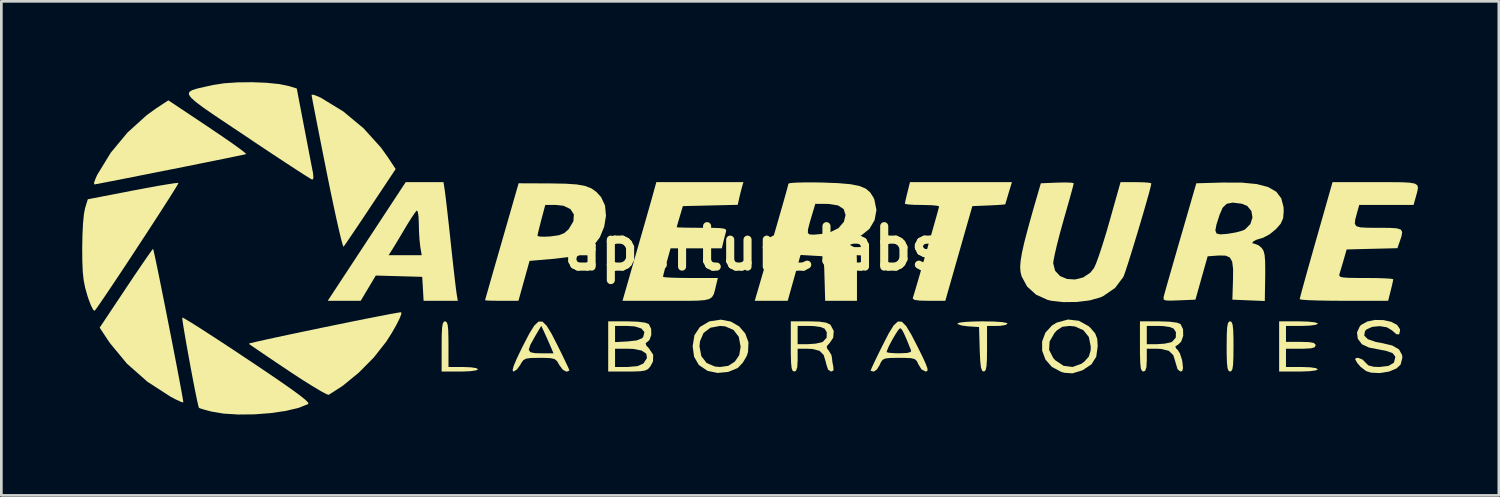
<source format=kicad_pcb>
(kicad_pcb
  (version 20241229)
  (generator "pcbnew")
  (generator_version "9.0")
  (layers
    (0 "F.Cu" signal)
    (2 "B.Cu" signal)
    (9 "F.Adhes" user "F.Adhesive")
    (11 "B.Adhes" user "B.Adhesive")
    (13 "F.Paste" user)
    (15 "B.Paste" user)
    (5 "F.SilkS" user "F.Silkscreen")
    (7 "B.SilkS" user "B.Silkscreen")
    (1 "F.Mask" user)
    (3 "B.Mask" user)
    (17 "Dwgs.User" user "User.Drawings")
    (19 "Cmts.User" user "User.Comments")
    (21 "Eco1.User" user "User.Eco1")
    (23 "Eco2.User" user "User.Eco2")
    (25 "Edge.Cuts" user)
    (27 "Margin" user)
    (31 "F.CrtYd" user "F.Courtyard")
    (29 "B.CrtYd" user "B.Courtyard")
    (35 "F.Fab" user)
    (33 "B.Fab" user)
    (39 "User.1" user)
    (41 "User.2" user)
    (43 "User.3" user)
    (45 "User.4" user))
  (footprint "aperturelabs"
    (layer "F.Cu")
    (at 24.934 6.163)
    (property "Reference" "aperturelabs" (at 0 0 0) (layer "F.SilkS") (effects (font (size 1.5 1.5) (thickness 0.3))))
    (attr board_only exclude_from_pos_files exclude_from_bom)
    (fp_poly (pts (xy 17.71 2.736) (xy 17.747 2.834) (xy 17.769 3.029) (xy 17.779 3.35) (xy 17.78 3.641) (xy 17.776 4.058) (xy 17.763 4.332) (xy 17.736 4.491) (xy 17.693 4.561) (xy 17.653 4.572) (xy 17.596 4.545) (xy 17.559 4.448) (xy 17.537 4.252) (xy 17.527 3.932) (xy 17.526 3.641) (xy 17.53 3.224) (xy 17.543 2.949) (xy 17.57 2.79) (xy 17.613 2.72) (xy 17.653 2.709)) (stroke (width 0) (type solid)) (fill yes) (layer "F.SilkS"))
    (fp_poly (pts (xy -11.413 2.737) (xy -11.375 2.84) (xy -11.354 3.045) (xy -11.346 3.38) (xy -11.345 3.556) (xy -11.345 4.403) (xy -10.795 4.403) (xy -10.507 4.415) (xy -10.311 4.446) (xy -10.245 4.487) (xy -10.324 4.529) (xy -10.54 4.559) (xy -10.861 4.572) (xy -10.922 4.572) (xy -11.599 4.572) (xy -11.599 3.641) (xy -11.596 3.224) (xy -11.582 2.949) (xy -11.556 2.79) (xy -11.512 2.72) (xy -11.472 2.709)) (stroke (width 0) (type solid)) (fill yes) (layer "F.SilkS"))
    (fp_poly (pts (xy 8.887 2.717) (xy 9.194 2.737) (xy 9.368 2.77) (xy 9.398 2.794) (xy 9.322 2.844) (xy 9.131 2.875) (xy 9.017 2.879) (xy 8.636 2.879) (xy 8.636 3.725) (xy 8.632 4.122) (xy 8.616 4.377) (xy 8.584 4.517) (xy 8.533 4.569) (xy 8.512 4.572) (xy 8.452 4.538) (xy 8.411 4.42) (xy 8.384 4.19) (xy 8.366 3.821) (xy 8.364 3.746) (xy 8.34 2.921) (xy 7.938 2.895) (xy 7.703 2.865) (xy 7.558 2.817) (xy 7.535 2.789) (xy 7.615 2.756) (xy 7.833 2.73) (xy 8.158 2.714) (xy 8.467 2.709)) (stroke (width 0) (type solid)) (fill yes) (layer "F.SilkS"))
    (fp_poly (pts (xy -20.26 -4.505) (xy -19.825 -4.211) (xy -19.447 -3.951) (xy -19.146 -3.737) (xy -18.941 -3.583) (xy -18.852 -3.503) (xy -18.852 -3.495) (xy -18.955 -3.472) (xy -19.2 -3.421) (xy -19.561 -3.346) (xy -20.016 -3.254) (xy -20.541 -3.148) (xy -21.112 -3.033) (xy -21.705 -2.915) (xy -22.297 -2.797) (xy -22.864 -2.685) (xy -23.382 -2.582) (xy -23.827 -2.495) (xy -24.175 -2.428) (xy -24.404 -2.385) (xy -24.488 -2.371) (xy -24.494 -2.437) (xy -24.432 -2.607) (xy -24.374 -2.731) (xy -23.875 -3.547) (xy -23.252 -4.297) (xy -22.541 -4.94) (xy -22.194 -5.19) (xy -21.739 -5.49)) (stroke (width 0) (type solid)) (fill yes) (layer "F.SilkS"))
    (fp_poly (pts (xy -16.189 -5.636) (xy -16.066 -5.578) (xy -15.248 -5.078) (xy -14.497 -4.454) (xy -13.854 -3.743) (xy -13.606 -3.397) (xy -13.305 -2.941) (xy -14.241 -1.534) (xy -14.53 -1.1) (xy -14.789 -0.714) (xy -15.003 -0.398) (xy -15.156 -0.174) (xy -15.233 -0.065) (xy -15.238 -0.06) (xy -15.268 -0.123) (xy -15.326 -0.335) (xy -15.408 -0.675) (xy -15.51 -1.127) (xy -15.627 -1.67) (xy -15.756 -2.288) (xy -15.862 -2.811) (xy -15.995 -3.48) (xy -16.117 -4.096) (xy -16.224 -4.64) (xy -16.312 -5.091) (xy -16.378 -5.43) (xy -16.416 -5.638) (xy -16.425 -5.696) (xy -16.359 -5.699)) (stroke (width 0) (type solid)) (fill yes) (layer "F.SilkS"))
    (fp_poly (pts (xy -22.28 0.109) (xy -22.229 0.34) (xy -22.156 0.689) (xy -22.065 1.134) (xy -21.961 1.651) (xy -21.848 2.217) (xy -21.731 2.809) (xy -21.614 3.403) (xy -21.503 3.976) (xy -21.401 4.505) (xy -21.314 4.967) (xy -21.245 5.337) (xy -21.2 5.594) (xy -21.183 5.713) (xy -21.184 5.718) (xy -21.267 5.697) (xy -21.454 5.611) (xy -21.655 5.506) (xy -22.517 4.948) (xy -23.275 4.278) (xy -23.904 3.518) (xy -23.986 3.398) (xy -24.286 2.943) (xy -23.305 1.471) (xy -23.013 1.034) (xy -22.753 0.651) (xy -22.54 0.341) (xy -22.388 0.126) (xy -22.311 0.025) (xy -22.304 0.021)) (stroke (width 0) (type solid)) (fill yes) (layer "F.SilkS"))
    (fp_poly (pts (xy -18.096 -6.142) (xy -17.625 -6.094) (xy -17.271 -6.021) (xy -16.974 -5.93) (xy -16.694 -4.468) (xy -16.599 -3.974) (xy -16.513 -3.525) (xy -16.441 -3.15) (xy -16.389 -2.885) (xy -16.367 -2.773) (xy -16.356 -2.608) (xy -16.394 -2.546) (xy -16.48 -2.593) (xy -16.689 -2.723) (xy -17.004 -2.926) (xy -17.409 -3.191) (xy -17.888 -3.506) (xy -18.422 -3.861) (xy -18.826 -4.132) (xy -19.489 -4.575) (xy -20.021 -4.931) (xy -20.429 -5.212) (xy -20.719 -5.429) (xy -20.9 -5.592) (xy -20.978 -5.712) (xy -20.96 -5.801) (xy -20.853 -5.869) (xy -20.665 -5.928) (xy -20.403 -5.988) (xy -20.079 -6.06) (xy -19.673 -6.123) (xy -19.172 -6.157) (xy -18.629 -6.163)) (stroke (width 0) (type solid)) (fill yes) (layer "F.SilkS"))
    (fp_poly (pts (xy -21.362 -2.425) (xy -21.4 -2.351) (xy -21.519 -2.156) (xy -21.705 -1.86) (xy -21.946 -1.484) (xy -22.229 -1.046) (xy -22.54 -0.568) (xy -22.867 -0.069) (xy -23.195 0.431) (xy -23.513 0.911) (xy -23.807 1.352) (xy -24.064 1.734) (xy -24.27 2.037) (xy -24.413 2.241) (xy -24.473 2.318) (xy -24.528 2.28) (xy -24.613 2.112) (xy -24.712 1.848) (xy -24.738 1.768) (xy -24.823 1.469) (xy -24.88 1.184) (xy -24.914 0.866) (xy -24.93 0.467) (xy -24.934 -0.000001) (xy -24.925 -0.492) (xy -24.903 -0.932) (xy -24.869 -1.279) (xy -24.83 -1.482) (xy -24.726 -1.82) (xy -23.063 -2.142) (xy -22.555 -2.238) (xy -22.106 -2.319) (xy -21.741 -2.38) (xy -21.487 -2.418) (xy -21.367 -2.427)) (stroke (width 0) (type solid)) (fill yes) (layer "F.SilkS"))
    (fp_poly (pts (xy -21.145 2.603) (xy -20.944 2.723) (xy -20.635 2.916) (xy -20.236 3.173) (xy -19.762 3.481) (xy -19.23 3.831) (xy -18.801 4.117) (xy -18.119 4.574) (xy -17.572 4.947) (xy -17.15 5.242) (xy -16.845 5.466) (xy -16.648 5.625) (xy -16.551 5.726) (xy -16.544 5.775) (xy -16.547 5.776) (xy -16.902 5.919) (xy -17.382 6.032) (xy -17.944 6.114) (xy -18.547 6.16) (xy -19.146 6.166) (xy -19.7 6.131) (xy -20.132 6.058) (xy -20.384 5.992) (xy -20.557 5.939) (xy -20.604 5.917) (xy -20.632 5.82) (xy -20.683 5.589) (xy -20.751 5.255) (xy -20.83 4.849) (xy -20.914 4.402) (xy -20.998 3.944) (xy -21.076 3.507) (xy -21.143 3.119) (xy -21.193 2.814) (xy -21.22 2.62) (xy -21.221 2.567)) (stroke (width 0) (type solid)) (fill yes) (layer "F.SilkS"))
    (fp_poly (pts (xy 20.543 2.719) (xy 20.792 2.744) (xy 20.908 2.783) (xy 20.913 2.794) (xy 20.834 2.837) (xy 20.624 2.867) (xy 20.321 2.879) (xy 20.32 2.879) (xy 19.727 2.879) (xy 19.727 3.175) (xy 19.727 3.471) (xy 20.278 3.471) (xy 20.586 3.48) (xy 20.758 3.51) (xy 20.824 3.57) (xy 20.828 3.598) (xy 20.791 3.67) (xy 20.66 3.709) (xy 20.403 3.724) (xy 20.278 3.725) (xy 19.727 3.725) (xy 19.727 4.064) (xy 19.727 4.403) (xy 20.32 4.403) (xy 20.624 4.414) (xy 20.834 4.444) (xy 20.913 4.487) (xy 20.913 4.487) (xy 20.833 4.529) (xy 20.614 4.558) (xy 20.286 4.571) (xy 20.193 4.572) (xy 19.473 4.572) (xy 19.473 3.641) (xy 19.473 2.709) (xy 20.193 2.709)) (stroke (width 0) (type solid)) (fill yes) (layer "F.SilkS"))
    (fp_poly (pts (xy -13.094 2.436) (xy -13.162 2.61) (xy -13.288 2.859) (xy -13.454 3.149) (xy -13.644 3.447) (xy -13.66 3.471) (xy -14.119 4.054) (xy -14.673 4.613) (xy -15.27 5.102) (xy -15.79 5.436) (xy -15.883 5.405) (xy -16.093 5.291) (xy -16.398 5.109) (xy -16.776 4.872) (xy -17.203 4.593) (xy -17.294 4.532) (xy -17.727 4.242) (xy -18.111 3.983) (xy -18.424 3.77) (xy -18.645 3.619) (xy -18.75 3.544) (xy -18.756 3.54) (xy -18.684 3.516) (xy -18.469 3.465) (xy -18.135 3.39) (xy -17.703 3.296) (xy -17.197 3.188) (xy -16.64 3.071) (xy -16.055 2.949) (xy -15.465 2.828) (xy -14.893 2.711) (xy -14.362 2.605) (xy -13.894 2.513) (xy -13.514 2.44) (xy -13.244 2.391) (xy -13.107 2.371) (xy -13.1 2.371)) (stroke (width 0) (type solid)) (fill yes) (layer "F.SilkS"))
    (fp_poly (pts (xy 9.437 -2.053) (xy 9.367 -1.819) (xy 9.322 -1.665) (xy 9.314 -1.634) (xy 9.236 -1.622) (xy 9.031 -1.607) (xy 8.741 -1.593) (xy 8.702 -1.591) (xy 8.091 -1.566) (xy 7.589 0.19) (xy 7.088 1.947) (xy 6.468 1.947) (xy 6.131 1.939) (xy 5.943 1.912) (xy 5.88 1.862) (xy 5.883 1.841) (xy 5.929 1.693) (xy 6.009 1.424) (xy 6.114 1.064) (xy 6.236 0.643) (xy 6.367 0.189) (xy 6.498 -0.267) (xy 6.62 -0.696) (xy 6.725 -1.067) (xy 6.805 -1.353) (xy 6.85 -1.523) (xy 6.858 -1.556) (xy 6.78 -1.581) (xy 6.575 -1.6) (xy 6.282 -1.608) (xy 6.223 -1.609) (xy 5.919 -1.614) (xy 5.695 -1.63) (xy 5.591 -1.651) (xy 5.588 -1.656) (xy 5.607 -1.759) (xy 5.655 -1.967) (xy 5.683 -2.079) (xy 5.777 -2.455) (xy 7.668 -2.455) (xy 9.559 -2.455)) (stroke (width 0) (type solid)) (fill yes) (layer "F.SilkS"))
    (fp_poly (pts (xy -0.872 2.716) (xy -0.561 2.896) (xy -0.334 3.16) (xy -0.215 3.485) (xy -0.231 3.847) (xy -0.281 3.998) (xy -0.423 4.24) (xy -0.601 4.429) (xy -0.625 4.446) (xy -0.968 4.586) (xy -1.362 4.623) (xy -1.724 4.549) (xy -1.746 4.539) (xy -2.057 4.327) (xy -2.233 4.022) (xy -2.285 3.641) (xy -2.032 3.641) (xy -1.964 4.001) (xy -1.768 4.254) (xy -1.459 4.386) (xy -1.27 4.403) (xy -0.964 4.36) (xy -0.732 4.211) (xy -0.716 4.195) (xy -0.558 3.965) (xy -0.508 3.668) (xy -0.508 3.641) (xy -0.576 3.28) (xy -0.772 3.027) (xy -1.081 2.895) (xy -1.27 2.879) (xy -1.63 2.947) (xy -1.883 3.142) (xy -2.015 3.452) (xy -2.032 3.641) (xy -2.285 3.641) (xy -2.286 3.633) (xy -2.22 3.225) (xy -2.021 2.922) (xy -1.688 2.722) (xy -1.644 2.707) (xy -1.241 2.646)) (stroke (width 0) (type solid)) (fill yes) (layer "F.SilkS"))
    (fp_poly (pts (xy 12.045 2.689) (xy 12.407 2.891) (xy 12.48 2.959) (xy 12.648 3.157) (xy 12.725 3.359) (xy 12.742 3.633) (xy 12.688 4.02) (xy 12.511 4.304) (xy 12.192 4.515) (xy 12.131 4.541) (xy 11.806 4.638) (xy 11.506 4.618) (xy 11.388 4.585) (xy 11.038 4.397) (xy 10.801 4.123) (xy 10.681 3.797) (xy 10.681 3.769) (xy 10.939 3.769) (xy 11.091 4.068) (xy 11.169 4.155) (xy 11.476 4.359) (xy 11.808 4.402) (xy 12.136 4.284) (xy 12.249 4.2) (xy 12.412 4.017) (xy 12.478 3.797) (xy 12.484 3.641) (xy 12.413 3.29) (xy 12.21 3.037) (xy 11.896 2.899) (xy 11.687 2.879) (xy 11.428 2.912) (xy 11.231 3.041) (xy 11.141 3.139) (xy 10.956 3.458) (xy 10.939 3.769) (xy 10.681 3.769) (xy 10.68 3.454) (xy 10.801 3.13) (xy 11.048 2.86) (xy 11.226 2.754) (xy 11.641 2.641)) (stroke (width 0) (type solid)) (fill yes) (layer "F.SilkS"))
    (fp_poly (pts (xy -11.481 -2.138) (xy -11.457 -1.954) (xy -11.419 -1.634) (xy -11.371 -1.212) (xy -11.316 -0.721) (xy -11.261 -0.212) (xy -11.205 0.311) (xy -11.151 0.794) (xy -11.104 1.203) (xy -11.067 1.507) (xy -11.045 1.672) (xy -10.999 1.947) (xy -11.633 1.947) (xy -12.268 1.947) (xy -12.293 1.503) (xy -12.319 1.058) (xy -13.18 1.034) (xy -14.042 1.01) (xy -14.322 1.479) (xy -14.602 1.947) (xy -15.214 1.947) (xy -15.825 1.947) (xy -14.713 0.254) (xy -13.566 0.254) (xy -12.953 0.254) (xy -12.339 0.254) (xy -12.392 -0.064) (xy -12.421 -0.326) (xy -12.44 -0.669) (xy -12.445 -0.915) (xy -12.456 -1.182) (xy -12.484 -1.358) (xy -12.52 -1.404) (xy -12.595 -1.314) (xy -12.729 -1.114) (xy -12.898 -0.843) (xy -12.958 -0.742) (xy -13.142 -0.432) (xy -13.308 -0.156) (xy -13.425 0.034) (xy -13.444 0.063) (xy -13.566 0.254) (xy -14.713 0.254) (xy -14.379 -0.254) (xy -12.932 -2.455) (xy -12.231 -2.455) (xy -11.53 -2.455)) (stroke (width 0) (type solid)) (fill yes) (layer "F.SilkS"))
    (fp_poly (pts (xy -7.705 2.869) (xy -7.52 3.171) (xy -7.301 3.599) (xy -7.127 3.951) (xy -6.986 4.245) (xy -6.891 4.448) (xy -6.858 4.531) (xy -6.927 4.568) (xy -6.983 4.572) (xy -7.103 4.503) (xy -7.229 4.336) (xy -7.239 4.318) (xy -7.317 4.184) (xy -7.41 4.108) (xy -7.562 4.074) (xy -7.82 4.064) (xy -7.959 4.064) (xy -8.27 4.068) (xy -8.458 4.091) (xy -8.568 4.149) (xy -8.647 4.258) (xy -8.678 4.318) (xy -8.802 4.491) (xy -8.926 4.571) (xy -8.935 4.572) (xy -8.967 4.523) (xy -8.928 4.367) (xy -8.812 4.093) (xy -8.651 3.757) (xy -8.366 3.757) (xy -8.312 3.853) (xy -8.134 3.89) (xy -7.915 3.895) (xy -7.448 3.895) (xy -7.566 3.619) (xy -7.684 3.351) (xy -7.793 3.109) (xy -7.903 2.875) (xy -8.141 3.279) (xy -8.305 3.575) (xy -8.366 3.757) (xy -8.651 3.757) (xy -8.616 3.686) (xy -8.594 3.641) (xy -8.355 3.18) (xy -8.167 2.873) (xy -8.008 2.719) (xy -7.861 2.718)) (stroke (width 0) (type solid)) (fill yes) (layer "F.SilkS"))
    (fp_poly (pts (xy -4.323 2.722) (xy -4.045 2.758) (xy -3.912 2.811) (xy -3.826 2.988) (xy -3.82 3.211) (xy -3.888 3.4) (xy -3.948 3.456) (xy -4.032 3.524) (xy -4.002 3.61) (xy -3.906 3.714) (xy -3.749 3.951) (xy -3.758 4.198) (xy -3.857 4.384) (xy -3.939 4.477) (xy -4.051 4.533) (xy -4.233 4.561) (xy -4.527 4.571) (xy -4.704 4.572) (xy -5.419 4.572) (xy -5.419 4.064) (xy -5.165 4.064) (xy -5.165 4.403) (xy -4.705 4.403) (xy -4.336 4.371) (xy -4.12 4.277) (xy -4.112 4.27) (xy -3.981 4.071) (xy -4.006 3.909) (xy -4.18 3.793) (xy -4.491 3.732) (xy -4.674 3.725) (xy -5.165 3.725) (xy -5.165 4.064) (xy -5.419 4.064) (xy -5.419 3.641) (xy -5.419 3.179) (xy -5.165 3.179) (xy -5.165 3.48) (xy -4.687 3.454) (xy -4.353 3.415) (xy -4.163 3.336) (xy -4.12 3.288) (xy -4.076 3.109) (xy -4.185 2.976) (xy -4.435 2.897) (xy -4.709 2.879) (xy -5.165 2.879) (xy -5.165 3.179) (xy -5.419 3.179) (xy -5.419 2.709) (xy -4.716 2.709)) (stroke (width 0) (type solid)) (fill yes) (layer "F.SilkS"))
    (fp_poly (pts (xy 2.412 2.72) (xy 2.662 2.757) (xy 2.809 2.824) (xy 2.83 2.842) (xy 2.949 3.067) (xy 2.928 3.319) (xy 2.798 3.51) (xy 2.688 3.634) (xy 2.707 3.73) (xy 2.755 3.783) (xy 2.86 3.953) (xy 2.88 4.049) (xy 2.903 4.246) (xy 2.932 4.381) (xy 2.94 4.531) (xy 2.847 4.572) (xy 2.737 4.5) (xy 2.664 4.275) (xy 2.657 4.23) (xy 2.576 3.959) (xy 2.42 3.802) (xy 2.154 3.734) (xy 1.953 3.725) (xy 1.609 3.725) (xy 1.609 4.149) (xy 1.595 4.415) (xy 1.548 4.545) (xy 1.482 4.572) (xy 1.425 4.545) (xy 1.387 4.448) (xy 1.366 4.252) (xy 1.356 3.932) (xy 1.355 3.641) (xy 1.355 3.217) (xy 1.609 3.217) (xy 1.609 3.556) (xy 1.995 3.556) (xy 2.269 3.537) (xy 2.493 3.49) (xy 2.546 3.468) (xy 2.685 3.314) (xy 2.69 3.113) (xy 2.608 2.98) (xy 2.47 2.922) (xy 2.228 2.886) (xy 2.057 2.879) (xy 1.609 2.879) (xy 1.609 3.217) (xy 1.355 3.217) (xy 1.355 2.709) (xy 2.026 2.709)) (stroke (width 0) (type solid)) (fill yes) (layer "F.SilkS"))
    (fp_poly (pts (xy 15.404 2.722) (xy 15.682 2.758) (xy 15.816 2.811) (xy 15.908 3) (xy 15.914 3.242) (xy 15.841 3.459) (xy 15.741 3.56) (xy 15.623 3.641) (xy 15.649 3.715) (xy 15.696 3.753) (xy 15.79 3.895) (xy 15.867 4.129) (xy 15.883 4.212) (xy 15.907 4.443) (xy 15.879 4.55) (xy 15.812 4.572) (xy 15.706 4.49) (xy 15.634 4.253) (xy 15.631 4.236) (xy 15.546 3.963) (xy 15.379 3.803) (xy 15.099 3.733) (xy 14.907 3.725) (xy 14.563 3.725) (xy 14.563 4.149) (xy 14.549 4.415) (xy 14.502 4.545) (xy 14.436 4.572) (xy 14.379 4.545) (xy 14.341 4.448) (xy 14.32 4.252) (xy 14.31 3.932) (xy 14.309 3.641) (xy 14.309 3.217) (xy 14.563 3.217) (xy 14.563 3.556) (xy 14.949 3.556) (xy 15.223 3.537) (xy 15.447 3.49) (xy 15.5 3.468) (xy 15.639 3.314) (xy 15.644 3.113) (xy 15.562 2.98) (xy 15.424 2.922) (xy 15.182 2.886) (xy 15.011 2.879) (xy 14.563 2.879) (xy 14.563 3.217) (xy 14.309 3.217) (xy 14.309 2.709) (xy 15.011 2.709)) (stroke (width 0) (type solid)) (fill yes) (layer "F.SilkS"))
    (fp_poly (pts (xy -7.568 -2.408) (xy -7.008 -2.398) (xy -6.586 -2.37) (xy -6.273 -2.313) (xy -6.038 -2.221) (xy -5.851 -2.085) (xy -5.681 -1.897) (xy -5.68 -1.895) (xy -5.536 -1.586) (xy -5.502 -1.203) (xy -5.57 -0.795) (xy -5.73 -0.407) (xy -5.973 -0.086) (xy -6.057 -0.013) (xy -6.291 0.139) (xy -6.573 0.25) (xy -6.94 0.33) (xy -7.43 0.389) (xy -7.578 0.402) (xy -8.337 0.466) (xy -8.543 1.206) (xy -8.749 1.947) (xy -9.37 1.947) (xy -9.669 1.945) (xy -9.889 1.938) (xy -9.986 1.928) (xy -9.988 1.926) (xy -9.965 1.843) (xy -9.901 1.618) (xy -9.803 1.273) (xy -9.676 0.83) (xy -9.526 0.309) (xy -9.364 -0.254) (xy -9.304 -0.462) (xy -8.043 -0.462) (xy -7.967 -0.436) (xy -7.77 -0.431) (xy -7.563 -0.442) (xy -7.254 -0.484) (xy -7.051 -0.563) (xy -6.893 -0.703) (xy -6.886 -0.711) (xy -6.711 -1.001) (xy -6.693 -1.257) (xy -6.822 -1.457) (xy -7.085 -1.58) (xy -7.354 -1.609) (xy -7.754 -1.609) (xy -7.899 -1.066) (xy -7.972 -0.78) (xy -8.025 -0.563) (xy -8.043 -0.462) (xy -9.304 -0.462) (xy -8.743 -2.413)) (stroke (width 0) (type solid)) (fill yes) (layer "F.SilkS"))
    (fp_poly (pts (xy 5.475 2.723) (xy 5.635 2.884) (xy 5.825 3.198) (xy 6.054 3.641) (xy 6.247 4.032) (xy 6.368 4.298) (xy 6.425 4.461) (xy 6.426 4.544) (xy 6.377 4.571) (xy 6.361 4.572) (xy 6.207 4.494) (xy 6.096 4.318) (xy 6.034 4.187) (xy 5.955 4.111) (xy 5.817 4.075) (xy 5.576 4.065) (xy 5.376 4.064) (xy 5.058 4.067) (xy 4.866 4.087) (xy 4.759 4.138) (xy 4.692 4.236) (xy 4.657 4.318) (xy 4.552 4.493) (xy 4.44 4.572) (xy 4.435 4.572) (xy 4.329 4.548) (xy 4.318 4.531) (xy 4.354 4.443) (xy 4.45 4.236) (xy 4.593 3.939) (xy 4.637 3.85) (xy 4.911 3.85) (xy 4.987 3.874) (xy 5.185 3.89) (xy 5.385 3.895) (xy 5.668 3.883) (xy 5.804 3.846) (xy 5.818 3.789) (xy 5.663 3.406) (xy 5.554 3.158) (xy 5.479 3.02) (xy 5.426 2.967) (xy 5.411 2.963) (xy 5.343 3.031) (xy 5.232 3.2) (xy 5.105 3.419) (xy 4.991 3.637) (xy 4.921 3.803) (xy 4.911 3.85) (xy 4.637 3.85) (xy 4.761 3.599) (xy 4.99 3.153) (xy 5.173 2.858) (xy 5.328 2.715)) (stroke (width 0) (type solid)) (fill yes) (layer "F.SilkS"))
    (fp_poly (pts (xy 23.344 2.663) (xy 23.63 2.726) (xy 23.849 2.841) (xy 23.956 3.001) (xy 23.961 3.044) (xy 23.926 3.192) (xy 23.821 3.187) (xy 23.661 3.044) (xy 23.466 2.929) (xy 23.199 2.887) (xy 22.926 2.914) (xy 22.714 3.01) (xy 22.657 3.074) (xy 22.631 3.239) (xy 22.768 3.373) (xy 23.063 3.474) (xy 23.266 3.511) (xy 23.669 3.605) (xy 23.921 3.751) (xy 24.035 3.959) (xy 24.045 4.064) (xy 23.978 4.315) (xy 23.832 4.454) (xy 23.55 4.573) (xy 23.208 4.628) (xy 22.883 4.613) (xy 22.7 4.554) (xy 22.492 4.395) (xy 22.372 4.254) (xy 22.294 4.117) (xy 22.324 4.069) (xy 22.406 4.064) (xy 22.574 4.13) (xy 22.671 4.233) (xy 22.784 4.343) (xy 22.974 4.394) (xy 23.189 4.403) (xy 23.534 4.362) (xy 23.732 4.242) (xy 23.782 4.044) (xy 23.776 4.007) (xy 23.68 3.887) (xy 23.434 3.802) (xy 23.367 3.789) (xy 23.09 3.737) (xy 22.856 3.691) (xy 22.802 3.68) (xy 22.544 3.559) (xy 22.392 3.356) (xy 22.362 3.118) (xy 22.47 2.888) (xy 22.515 2.842) (xy 22.743 2.715) (xy 23.033 2.657)) (stroke (width 0) (type solid)) (fill yes) (layer "F.SilkS"))
    (fp_poly (pts (xy -0.458 -2.265) (xy -0.519 -2.03) (xy -0.562 -1.844) (xy -0.613 -1.614) (xy -1.631 -1.59) (xy -2.649 -1.566) (xy -2.762 -1.185) (xy -2.83 -0.957) (xy -2.871 -0.81) (xy -2.877 -0.783) (xy -2.799 -0.775) (xy -2.585 -0.768) (xy -2.27 -0.763) (xy -1.942 -0.762) (xy -1.533 -0.76) (xy -1.266 -0.75) (xy -1.114 -0.728) (xy -1.049 -0.69) (xy -1.044 -0.631) (xy -1.049 -0.614) (xy -1.102 -0.419) (xy -1.148 -0.233) (xy -1.204 -0.000001) (xy -2.154 -0.000001) (xy -3.105 -0.000001) (xy -3.246 0.507) (xy -3.32 0.779) (xy -3.371 0.979) (xy -3.387 1.057) (xy -3.307 1.074) (xy -3.092 1.088) (xy -2.772 1.097) (xy -2.381 1.101) (xy -2.369 1.101) (xy -1.351 1.101) (xy -1.408 1.333) (xy -1.456 1.542) (xy -1.5 1.697) (xy -1.565 1.807) (xy -1.673 1.88) (xy -1.847 1.922) (xy -2.112 1.942) (xy -2.49 1.948) (xy -3.005 1.948) (xy -3.246 1.947) (xy -4.888 1.947) (xy -4.348 0.063) (xy -4.188 -0.494) (xy -4.039 -1.014) (xy -3.909 -1.47) (xy -3.806 -1.832) (xy -3.739 -2.073) (xy -3.721 -2.138) (xy -3.634 -2.455) (xy -2.019 -2.455) (xy -0.404 -2.455)) (stroke (width 0) (type solid)) (fill yes) (layer "F.SilkS"))
    (fp_poly (pts (xy 24.033 -2.451) (xy 24.324 -2.435) (xy 24.506 -2.401) (xy 24.599 -2.34) (xy 24.624 -2.247) (xy 24.601 -2.114) (xy 24.551 -1.933) (xy 24.549 -1.926) (xy 24.461 -1.609) (xy 23.453 -1.609) (xy 22.445 -1.609) (xy 22.356 -1.291) (xy 22.295 -1.061) (xy 22.281 -0.91) (xy 22.339 -0.821) (xy 22.494 -0.777) (xy 22.769 -0.763) (xy 23.156 -0.762) (xy 23.572 -0.759) (xy 23.841 -0.742) (xy 23.989 -0.695) (xy 24.039 -0.604) (xy 24.015 -0.454) (xy 23.953 -0.269) (xy 23.861 -0.005) (xy 22.92 0.018) (xy 21.978 0.042) (xy 21.871 0.414) (xy 21.794 0.678) (xy 21.729 0.893) (xy 21.713 0.943) (xy 21.703 1.009) (xy 21.739 1.054) (xy 21.849 1.081) (xy 22.058 1.095) (xy 22.394 1.1) (xy 22.685 1.101) (xy 23.078 1.104) (xy 23.402 1.114) (xy 23.622 1.129) (xy 23.707 1.147) (xy 23.707 1.148) (xy 23.688 1.251) (xy 23.64 1.459) (xy 23.612 1.571) (xy 23.517 1.947) (xy 21.876 1.947) (xy 21.37 1.944) (xy 20.927 1.936) (xy 20.574 1.924) (xy 20.335 1.908) (xy 20.236 1.89) (xy 20.235 1.887) (xy 20.258 1.793) (xy 20.32 1.558) (xy 20.418 1.204) (xy 20.543 0.754) (xy 20.691 0.229) (xy 20.845 -0.314) (xy 21.454 -2.455) (xy 23.046 -2.455) (xy 23.614 -2.455)) (stroke (width 0) (type solid)) (fill yes) (layer "F.SilkS"))
    (fp_poly (pts (xy 14.447 -2.449) (xy 14.652 -2.433) (xy 14.732 -2.41) (xy 14.732 -2.41) (xy 14.708 -2.291) (xy 14.643 -2.041) (xy 14.544 -1.691) (xy 14.423 -1.271) (xy 14.287 -0.811) (xy 14.146 -0.342) (xy 14.009 0.106) (xy 13.885 0.502) (xy 13.783 0.815) (xy 13.712 1.016) (xy 13.691 1.065) (xy 13.387 1.469) (xy 12.951 1.77) (xy 12.831 1.824) (xy 12.447 1.932) (xy 11.971 1.99) (xy 11.472 1.996) (xy 11.02 1.946) (xy 10.883 1.913) (xy 10.454 1.719) (xy 10.123 1.418) (xy 9.918 1.039) (xy 9.877 0.871) (xy 9.865 0.692) (xy 9.882 0.463) (xy 9.932 0.164) (xy 10.02 -0.227) (xy 10.151 -0.729) (xy 10.327 -1.361) (xy 10.435 -1.736) (xy 10.632 -2.413) (xy 11.243 -2.438) (xy 11.539 -2.444) (xy 11.757 -2.436) (xy 11.852 -2.416) (xy 11.853 -2.413) (xy 11.831 -2.318) (xy 11.77 -2.09) (xy 11.677 -1.755) (xy 11.56 -1.343) (xy 11.472 -1.035) (xy 11.342 -0.566) (xy 11.231 -0.136) (xy 11.148 0.222) (xy 11.1 0.472) (xy 11.091 0.556) (xy 11.161 0.833) (xy 11.343 1.028) (xy 11.603 1.137) (xy 11.901 1.156) (xy 12.201 1.081) (xy 12.466 0.906) (xy 12.603 0.735) (xy 12.68 0.567) (xy 12.789 0.267) (xy 12.92 -0.131) (xy 13.063 -0.595) (xy 13.178 -0.995) (xy 13.589 -2.455) (xy 14.161 -2.455)) (stroke (width 0) (type solid)) (fill yes) (layer "F.SilkS"))
    (fp_poly (pts (xy 2.31 -2.445) (xy 2.519 -2.441) (xy 3.115 -2.418) (xy 3.567 -2.379) (xy 3.898 -2.314) (xy 4.135 -2.216) (xy 4.3 -2.076) (xy 4.42 -1.888) (xy 4.455 -1.81) (xy 4.533 -1.423) (xy 4.465 -1.046) (xy 4.271 -0.719) (xy 3.971 -0.478) (xy 3.677 -0.374) (xy 3.455 -0.312) (xy 3.401 -0.237) (xy 3.513 -0.142) (xy 3.598 -0.1) (xy 3.689 -0.052) (xy 3.749 0.013) (xy 3.785 0.129) (xy 3.803 0.326) (xy 3.809 0.636) (xy 3.81 0.972) (xy 3.81 1.947) (xy 3.22 1.947) (xy 2.631 1.947) (xy 2.607 1.122) (xy 2.582 0.296) (xy 2.149 0.271) (xy 1.716 0.246) (xy 1.479 1.097) (xy 1.241 1.947) (xy 0.63 1.947) (xy 0.018 1.947) (xy 0.642 -0.191) (xy 0.754 -0.577) (xy 1.988 -0.577) (xy 2.035 -0.521) (xy 2.14 -0.508) (xy 2.221 -0.508) (xy 2.498 -0.533) (xy 2.795 -0.592) (xy 2.813 -0.596) (xy 3.125 -0.749) (xy 3.326 -0.987) (xy 3.387 -1.236) (xy 3.317 -1.456) (xy 3.107 -1.592) (xy 2.751 -1.647) (xy 2.689 -1.648) (xy 2.265 -1.651) (xy 2.159 -1.297) (xy 2.052 -0.934) (xy 1.994 -0.704) (xy 1.988 -0.577) (xy 0.754 -0.577) (xy 0.809 -0.765) (xy 0.959 -1.287) (xy 1.087 -1.734) (xy 1.185 -2.083) (xy 1.247 -2.313) (xy 1.268 -2.4) (xy 1.348 -2.423) (xy 1.568 -2.438) (xy 1.899 -2.446)) (stroke (width 0) (type solid)) (fill yes) (layer "F.SilkS"))
    (fp_poly (pts (xy 18.08 -2.438) (xy 18.643 -2.384) (xy 19.068 -2.273) (xy 19.367 -2.099) (xy 19.552 -1.855) (xy 19.635 -1.537) (xy 19.643 -1.382) (xy 19.621 -1.113) (xy 19.53 -0.911) (xy 19.354 -0.711) (xy 19.123 -0.523) (xy 18.881 -0.393) (xy 18.802 -0.37) (xy 18.613 -0.312) (xy 18.496 -0.242) (xy 18.482 -0.186) (xy 18.566 -0.169) (xy 18.711 -0.111) (xy 18.828 -0.012) (xy 18.893 0.091) (xy 18.934 0.245) (xy 18.954 0.487) (xy 18.958 0.849) (xy 18.956 1.05) (xy 18.941 1.954) (xy 18.339 1.93) (xy 17.738 1.905) (xy 17.761 1.177) (xy 17.765 0.764) (xy 17.731 0.494) (xy 17.642 0.338) (xy 17.483 0.271) (xy 17.235 0.266) (xy 17.18 0.27) (xy 16.821 0.296) (xy 16.594 1.101) (xy 16.368 1.905) (xy 15.759 1.93) (xy 15.445 1.941) (xy 15.267 1.934) (xy 15.191 1.898) (xy 15.185 1.822) (xy 15.202 1.748) (xy 15.24 1.611) (xy 15.317 1.337) (xy 15.428 0.95) (xy 15.564 0.477) (xy 15.718 -0.059) (xy 15.827 -0.435) (xy 15.893 -0.662) (xy 17.107 -0.662) (xy 17.15 -0.551) (xy 17.288 -0.517) (xy 17.533 -0.535) (xy 17.571 -0.54) (xy 17.865 -0.589) (xy 18.109 -0.656) (xy 18.205 -0.698) (xy 18.406 -0.9) (xy 18.484 -1.144) (xy 18.444 -1.383) (xy 18.291 -1.571) (xy 18.092 -1.654) (xy 17.752 -1.696) (xy 17.527 -1.653) (xy 17.376 -1.505) (xy 17.258 -1.229) (xy 17.258 -1.228) (xy 17.147 -0.879) (xy 17.107 -0.662) (xy 15.893 -0.662) (xy 16.4 -2.413) (xy 17.365 -2.44)) (stroke (width 0) (type solid)) (fill yes) (layer "F.SilkS")))
  (gr_rect
    (start -3 -3)
    (end 52.558 15.33)
    (stroke (width 0.1) (type default))
    (fill no)
    (layer "Edge.Cuts")))
</source>
